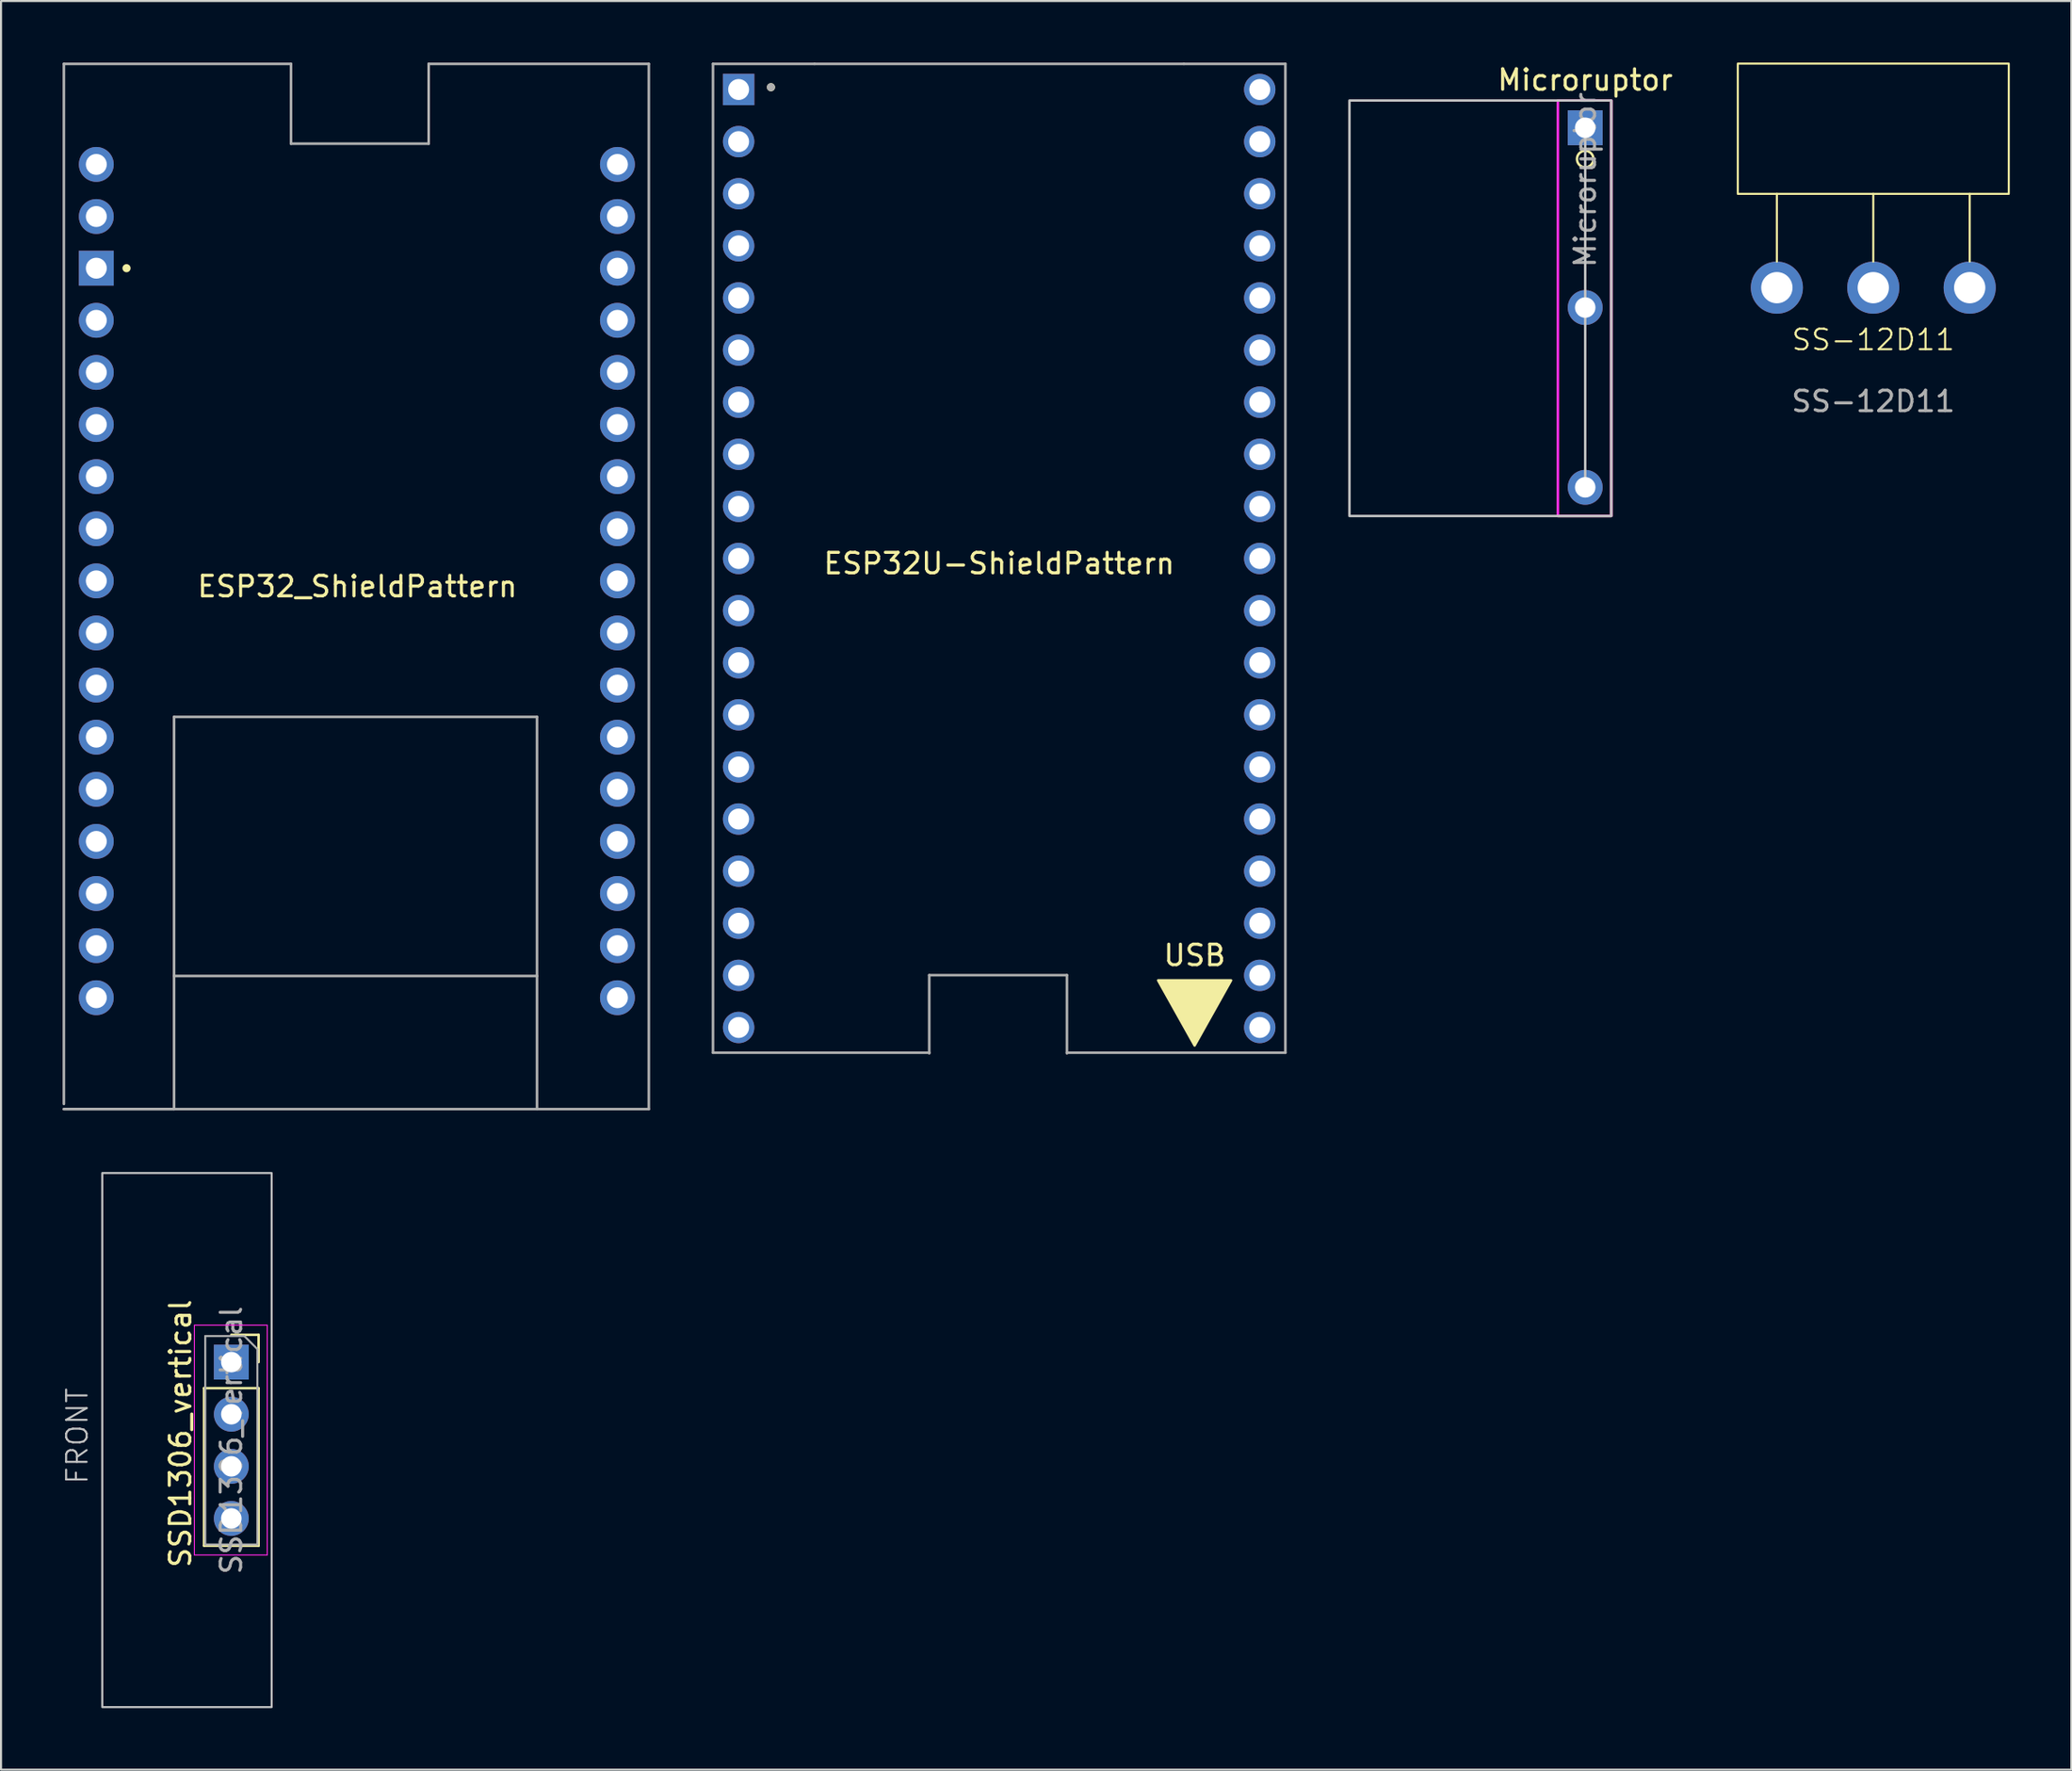
<source format=kicad_pcb>
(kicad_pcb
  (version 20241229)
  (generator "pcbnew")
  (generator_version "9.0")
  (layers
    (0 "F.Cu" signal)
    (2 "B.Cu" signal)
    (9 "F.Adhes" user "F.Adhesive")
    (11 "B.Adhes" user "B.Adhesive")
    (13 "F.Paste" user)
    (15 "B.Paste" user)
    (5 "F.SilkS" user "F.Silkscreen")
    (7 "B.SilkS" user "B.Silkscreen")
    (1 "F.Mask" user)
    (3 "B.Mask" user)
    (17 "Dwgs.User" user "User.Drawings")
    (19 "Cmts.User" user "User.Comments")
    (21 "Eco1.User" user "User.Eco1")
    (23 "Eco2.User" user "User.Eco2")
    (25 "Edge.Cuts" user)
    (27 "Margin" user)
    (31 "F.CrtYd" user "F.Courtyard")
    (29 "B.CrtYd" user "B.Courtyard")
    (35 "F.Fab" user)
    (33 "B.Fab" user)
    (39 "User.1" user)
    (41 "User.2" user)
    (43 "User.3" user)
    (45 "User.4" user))
  (footprint "ESP32_ShieldPattern"
    (layer "F.Cu")
    (at 14.344 25.538)
    (property "Reference" "ESP32_ShieldPattern" (at 0.025 0 0) (layer "F.SilkS") (effects (font (size 1 1) (thickness 0.15))))
    (attr through_hole)
    (fp_circle (center -11.227 -15.515) (end -11.127 -15.515) (stroke (width 0.2) (type solid)) (fill no) (layer "F.SilkS"))
    (fp_line (start -14.28 -25.475) (end -3.211 -25.475) (stroke (width 0.127) (type solid)) (layer "F.Fab"))
    (fp_line (start -14.28 25.221) (end -14.28 -25.475) (stroke (width 0.127) (type solid)) (layer "F.Fab"))
    (fp_line (start -14.28 25.475) (end -8.91 25.475) (stroke (width 0.127) (type solid)) (layer "F.Fab"))
    (fp_line (start -8.91 6.355) (end 8.78 6.355) (stroke (width 0.127) (type solid)) (layer "F.Fab"))
    (fp_line (start -8.91 18.985) (end -8.91 6.355) (stroke (width 0.127) (type solid)) (layer "F.Fab"))
    (fp_line (start -8.91 18.985) (end 8.78 18.985) (stroke (width 0.127) (type solid)) (layer "F.Fab"))
    (fp_line (start -8.91 25.475) (end -8.91 18.985) (stroke (width 0.127) (type solid)) (layer "F.Fab"))
    (fp_line (start -3.211 -21.585) (end -3.211 -25.475) (stroke (width 0.127) (type solid)) (layer "F.Fab"))
    (fp_line (start 3.5 -25.475) (end 3.5 -21.585) (stroke (width 0.127) (type solid)) (layer "F.Fab"))
    (fp_line (start 3.5 -25.475) (end 14.23 -25.475) (stroke (width 0.127) (type solid)) (layer "F.Fab"))
    (fp_line (start 3.5 -21.585) (end -3.211 -21.585) (stroke (width 0.127) (type solid)) (layer "F.Fab"))
    (fp_line (start 8.78 6.355) (end 8.78 18.985) (stroke (width 0.127) (type solid)) (layer "F.Fab"))
    (fp_line (start 8.78 18.985) (end 8.78 25.475) (stroke (width 0.127) (type solid)) (layer "F.Fab"))
    (fp_line (start 14.23 -25.475) (end 14.23 25.475) (stroke (width 0.127) (type solid)) (layer "F.Fab"))
    (fp_line (start 14.23 25.475) (end -14.28 25.475) (stroke (width 0.127) (type solid)) (layer "F.Fab"))
    (pad "1" thru_hole rect (at -12.7 -15.515) (size 1.7 1.7) (drill 1.02) (layers "*.Cu" "*.Mask"))
    (pad "2" thru_hole circle (at -12.7 -12.975) (size 1.7 1.7) (drill 1.02) (layers "*.Cu" "*.Mask"))
    (pad "3" thru_hole circle (at -12.7 -10.435) (size 1.7 1.7) (drill 1.02) (layers "*.Cu" "*.Mask"))
    (pad "4" thru_hole circle (at -12.7 -7.895) (size 1.7 1.7) (drill 1.02) (layers "*.Cu" "*.Mask"))
    (pad "5" thru_hole circle (at -12.7 -5.355) (size 1.7 1.7) (drill 1.02) (layers "*.Cu" "*.Mask"))
    (pad "6" thru_hole circle (at -12.7 -2.815) (size 1.7 1.7) (drill 1.02) (layers "*.Cu" "*.Mask"))
    (pad "7" thru_hole circle (at -12.7 -0.275) (size 1.7 1.7) (drill 1.02) (layers "*.Cu" "*.Mask"))
    (pad "8" thru_hole circle (at -12.7 2.265) (size 1.7 1.7) (drill 1.02) (layers "*.Cu" "*.Mask"))
    (pad "9" thru_hole circle (at -12.7 4.805) (size 1.7 1.7) (drill 1.02) (layers "*.Cu" "*.Mask"))
    (pad "10" thru_hole circle (at -12.7 7.345) (size 1.7 1.7) (drill 1.02) (layers "*.Cu" "*.Mask"))
    (pad "11" thru_hole circle (at -12.7 9.885) (size 1.7 1.7) (drill 1.02) (layers "*.Cu" "*.Mask"))
    (pad "12" thru_hole circle (at -12.7 12.425) (size 1.7 1.7) (drill 1.02) (layers "*.Cu" "*.Mask"))
    (pad "13" thru_hole circle (at -12.7 14.965) (size 1.7 1.7) (drill 1.02) (layers "*.Cu" "*.Mask"))
    (pad "14" thru_hole circle (at -12.7 17.505) (size 1.7 1.7) (drill 1.02) (layers "*.Cu" "*.Mask"))
    (pad "15" thru_hole circle (at -12.7 20.045) (size 1.7 1.7) (drill 1.02) (layers "*.Cu" "*.Mask"))
    (pad "16" thru_hole circle (at 12.7 20.045) (size 1.7 1.7) (drill 1.02) (layers "*.Cu" "*.Mask"))
    (pad "17" thru_hole circle (at 12.7 17.505) (size 1.7 1.7) (drill 1.02) (layers "*.Cu" "*.Mask"))
    (pad "18" thru_hole circle (at 12.7 14.965) (size 1.7 1.7) (drill 1.02) (layers "*.Cu" "*.Mask"))
    (pad "19" thru_hole circle (at 12.7 12.425) (size 1.7 1.7) (drill 1.02) (layers "*.Cu" "*.Mask"))
    (pad "20" thru_hole circle (at 12.7 9.885) (size 1.7 1.7) (drill 1.02) (layers "*.Cu" "*.Mask"))
    (pad "21" thru_hole circle (at 12.7 7.345) (size 1.7 1.7) (drill 1.02) (layers "*.Cu" "*.Mask"))
    (pad "22" thru_hole circle (at 12.7 4.805) (size 1.7 1.7) (drill 1.02) (layers "*.Cu" "*.Mask"))
    (pad "23" thru_hole circle (at 12.7 2.265) (size 1.7 1.7) (drill 1.02) (layers "*.Cu" "*.Mask"))
    (pad "24" thru_hole circle (at 12.7 -0.275) (size 1.7 1.7) (drill 1.02) (layers "*.Cu" "*.Mask"))
    (pad "25" thru_hole circle (at 12.7 -2.815) (size 1.7 1.7) (drill 1.02) (layers "*.Cu" "*.Mask"))
    (pad "26" thru_hole circle (at 12.7 -5.355) (size 1.7 1.7) (drill 1.02) (layers "*.Cu" "*.Mask"))
    (pad "27" thru_hole circle (at 12.7 -7.895) (size 1.7 1.7) (drill 1.02) (layers "*.Cu" "*.Mask"))
    (pad "28" thru_hole circle (at 12.7 -10.435) (size 1.7 1.7) (drill 1.02) (layers "*.Cu" "*.Mask"))
    (pad "29" thru_hole circle (at 12.7 -12.975) (size 1.7 1.7) (drill 1.02) (layers "*.Cu" "*.Mask"))
    (pad "30" thru_hole circle (at 12.7 -15.515) (size 1.7 1.7) (drill 1.02) (layers "*.Cu" "*.Mask"))
    (pad "SH1" thru_hole circle (at 12.7 -18.034) (size 1.7 1.7) (drill 1.02) (layers "*.Cu" "*.Mask"))
    (pad "SH2" thru_hole circle (at 12.7 -20.574) (size 1.7 1.7) (drill 1.02) (layers "*.Cu" "*.Mask"))
    (pad "SH3" thru_hole circle (at -12.7 -18.034) (size 1.7 1.7) (drill 1.02) (layers "*.Cu" "*.Mask"))
    (pad "SH4" thru_hole circle (at -12.7 -20.574) (size 1.7 1.7) (drill 1.02) (layers "*.Cu" "*.Mask")))
  (footprint "SSD1306_vertical"
    (layer "F.Cu")
    (at 3.205 61.747)
    (property "Reference" "SSD1306_vertical" (at 2.54 5.08 90) (layer "F.SilkS") (effects (font (size 1 1) (thickness 0.15))))
    (attr through_hole)
    (fp_line (start 3.69 2.868) (end 3.69 10.547) (stroke (width 0.12) (type solid)) (layer "F.SilkS"))
    (fp_line (start 3.69 2.868) (end 6.35 2.868) (stroke (width 0.12) (type solid)) (layer "F.SilkS"))
    (fp_line (start 3.69 10.547) (end 6.35 10.547) (stroke (width 0.12) (type solid)) (layer "F.SilkS"))
    (fp_line (start 5.02 0.268) (end 6.35 0.268) (stroke (width 0.12) (type solid)) (layer "F.SilkS"))
    (fp_line (start 6.35 0.268) (end 6.35 1.597) (stroke (width 0.12) (type solid)) (layer "F.SilkS"))
    (fp_line (start 6.35 2.868) (end 6.35 10.547) (stroke (width 0.12) (type solid)) (layer "F.SilkS"))
    (fp_rect (start -1.27 -7.62) (end 6.985 18.415) (stroke (width 0.1) (type default)) (fill no) (layer "Dwgs.User"))
    (fp_line (start 3.22 -0.203) (end 6.77 -0.203) (stroke (width 0.05) (type solid)) (layer "F.CrtYd"))
    (fp_line (start 3.22 10.998) (end 3.22 -0.203) (stroke (width 0.05) (type solid)) (layer "F.CrtYd"))
    (fp_line (start 6.77 -0.203) (end 6.77 10.998) (stroke (width 0.05) (type solid)) (layer "F.CrtYd"))
    (fp_line (start 6.77 10.998) (end 3.22 10.998) (stroke (width 0.05) (type solid)) (layer "F.CrtYd"))
    (fp_line (start 3.75 0.328) (end 5.655 0.328) (stroke (width 0.1) (type solid)) (layer "F.Fab"))
    (fp_line (start 3.75 10.488) (end 3.75 0.328) (stroke (width 0.1) (type solid)) (layer "F.Fab"))
    (fp_line (start 5.655 0.328) (end 6.29 0.963) (stroke (width 0.1) (type solid)) (layer "F.Fab"))
    (fp_line (start 6.29 0.963) (end 6.29 10.488) (stroke (width 0.1) (type solid)) (layer "F.Fab"))
    (fp_line (start 6.29 10.488) (end 3.75 10.488) (stroke (width 0.1) (type solid)) (layer "F.Fab"))
    (fp_text user "FRONT" (at -1.905 7.62 90) (unlocked yes) (layer "Dwgs.User") (effects (font (size 1 1) (thickness 0.1)) (justify left bottom)))
    (fp_text user "${REFERENCE}" (at 5.02 5.407 90) (layer "F.Fab") (effects (font (size 1 1) (thickness 0.15))))
    (pad "1" thru_hole rect (at 5.02 1.597) (size 1.7 1.7) (drill 1) (layers "*.Cu" "*.Mask"))
    (pad "2" thru_hole oval (at 5.02 4.138) (size 1.7 1.7) (drill 1) (layers "*.Cu" "*.Mask"))
    (pad "3" thru_hole oval (at 5.02 6.678) (size 1.7 1.7) (drill 1) (layers "*.Cu" "*.Mask"))
    (pad "4" thru_hole oval (at 5.02 9.217) (size 1.7 1.7) (drill 1) (layers "*.Cu" "*.Mask")))
  (footprint "SS-12D11"
    (layer "F.Cu")
    (at 88.255 10.972)
    (property "Reference" "SS-12D11" (at 0 2.54 0) (unlocked yes) (layer "F.SilkS") (effects (font (size 1 1) (thickness 0.1))))
    (attr through_hole)
    (fp_line (start -4.699 -1.27) (end -4.699 -4.572) (stroke (width 0.1) (type default)) (layer "F.SilkS"))
    (fp_line (start 0 -1.27) (end 0 -4.572) (stroke (width 0.1) (type default)) (layer "F.SilkS"))
    (fp_line (start 4.699 -1.27) (end 4.699 -4.572) (stroke (width 0.1) (type default)) (layer "F.SilkS"))
    (fp_rect (start -6.604 -10.922) (end 6.604 -4.572) (stroke (width 0.1) (type default)) (fill no) (layer "F.SilkS"))
    (fp_text user "${REFERENCE}" (at 0 5.54 0) (unlocked yes) (layer "F.Fab") (effects (font (size 1 1) (thickness 0.15))))
    (pad "1" thru_hole circle (at -4.699 0) (size 2.54 2.54) (drill 1.524) (layers "*.Cu" "*.Mask"))
    (pad "2" thru_hole circle (at 0 0) (size 2.54 2.54) (drill 1.524) (layers "*.Cu" "*.Mask"))
    (pad "3" thru_hole circle (at 4.699 0) (size 2.54 2.54) (drill 1.524) (layers "*.Cu" "*.Mask")))
  (footprint "Microruptor"
    (layer "F.Cu")
    (at 74.214 3.178)
    (property "Reference" "Microruptor" (at 0 -2.33 0) (layer "F.SilkS") (effects (font (size 1 1) (thickness 0.15))))
    (attr through_hole)
    (fp_rect (start -1.33 -1.33) (end 1.27 18.923) (stroke (width 0.12) (type default)) (fill no) (layer "F.SilkS"))
    (fp_circle (center 0 1.524) (end 0.127 1.905) (stroke (width 0.12) (type default)) (fill no) (layer "F.SilkS"))
    (fp_line (start 0 0) (end 0 8.763) (stroke (width 0.12) (type default)) (layer "Dwgs.User"))
    (fp_line (start 0 8.763) (end 0 17.526) (stroke (width 0.12) (type default)) (layer "Dwgs.User"))
    (fp_rect (start -11.49 -1.33) (end 1.27 18.923) (stroke (width 0.12) (type default)) (fill no) (layer "Dwgs.User"))
    (fp_rect (start -1.33 -1.33) (end 1.27 18.923) (stroke (width 0.12) (type default)) (fill no) (layer "F.CrtYd"))
    (fp_text user "${REFERENCE}" (at 0 2.54 90) (layer "F.Fab") (effects (font (size 1 1) (thickness 0.15))))
    (pad "1" thru_hole rect (at 0 0) (size 1.7 1.7) (drill 1) (layers "*.Cu" "*.Mask"))
    (pad "2" thru_hole oval (at 0 8.763) (size 1.7 1.7) (drill 1) (layers "*.Cu" "*.Mask"))
    (pad "3" thru_hole oval (at 0 17.526) (size 1.7 1.7) (drill 1) (layers "*.Cu" "*.Mask")))
  (footprint "ESP32U-ShieldPattern"
    (layer "F.Cu")
    (at 45.651 24.163)
    (property "Reference" "ESP32U-ShieldPattern" (at 0 0.254 0) (layer "F.SilkS") (effects (font (size 1 1) (thickness 0.15))))
    (attr through_hole)
    (fp_circle (center -11.125 -22.962) (end -11.025 -22.962) (stroke (width 0.2) (type solid)) (fill no) (layer "F.SilkS"))
    (fp_poly (pts (xy 7.747 20.574) (xy 11.303 20.574) (xy 9.525 23.749)) (stroke (width 0.12) (type solid)) (fill yes) (layer "F.SilkS"))
    (fp_line (start -13.95 -24.1) (end -13.95 24.1) (stroke (width 0.127) (type solid)) (layer "F.Fab"))
    (fp_line (start -13.95 24.1) (end -3.404 24.1) (stroke (width 0.127) (type solid)) (layer "F.Fab"))
    (fp_line (start -9 -24.1) (end -13.95 -24.1) (stroke (width 0.127) (type solid)) (layer "F.Fab"))
    (fp_line (start -3.409 20.32) (end 3.302 20.32) (stroke (width 0.127) (type solid)) (layer "F.Fab"))
    (fp_line (start -3.409 24.13) (end -3.409 20.32) (stroke (width 0.127) (type solid)) (layer "F.Fab"))
    (fp_line (start 3.302 20.32) (end 3.302 24.13) (stroke (width 0.127) (type solid)) (layer "F.Fab"))
    (fp_line (start 3.302 24.1) (end 13.95 24.1) (stroke (width 0.127) (type solid)) (layer "F.Fab"))
    (fp_line (start 9 -24.1) (end -9 -24.1) (stroke (width 0.127) (type solid)) (layer "F.Fab"))
    (fp_line (start 13.95 -24.1) (end 9 -24.1) (stroke (width 0.127) (type solid)) (layer "F.Fab"))
    (fp_line (start 13.95 24.1) (end 13.95 -24.1) (stroke (width 0.127) (type solid)) (layer "F.Fab"))
    (fp_circle (center -11.125 -22.962) (end -11.025 -22.962) (stroke (width 0.2) (type solid)) (fill no) (layer "F.Fab"))
    (fp_text user "USB" (at 9.525 19.939 0) (unlocked yes) (layer "F.SilkS") (effects (font (size 1 1) (thickness 0.15)) (justify bottom)))
    (pad "1" thru_hole rect (at -12.7 -22.85) (size 1.53 1.53) (drill 1.02) (layers "*.Cu" "*.Mask"))
    (pad "2" thru_hole circle (at -12.7 -20.31) (size 1.53 1.53) (drill 1.02) (layers "*.Cu" "*.Mask"))
    (pad "3" thru_hole circle (at -12.7 -17.77) (size 1.53 1.53) (drill 1.02) (layers "*.Cu" "*.Mask"))
    (pad "4" thru_hole circle (at -12.7 -15.23) (size 1.53 1.53) (drill 1.02) (layers "*.Cu" "*.Mask"))
    (pad "5" thru_hole circle (at -12.7 -12.69) (size 1.53 1.53) (drill 1.02) (layers "*.Cu" "*.Mask"))
    (pad "6" thru_hole circle (at -12.7 -10.15) (size 1.53 1.53) (drill 1.02) (layers "*.Cu" "*.Mask"))
    (pad "7" thru_hole circle (at -12.7 -7.61) (size 1.53 1.53) (drill 1.02) (layers "*.Cu" "*.Mask"))
    (pad "8" thru_hole circle (at -12.7 -5.07) (size 1.53 1.53) (drill 1.02) (layers "*.Cu" "*.Mask"))
    (pad "9" thru_hole circle (at -12.7 -2.53) (size 1.53 1.53) (drill 1.02) (layers "*.Cu" "*.Mask"))
    (pad "10" thru_hole circle (at -12.7 0.01) (size 1.53 1.53) (drill 1.02) (layers "*.Cu" "*.Mask"))
    (pad "11" thru_hole circle (at -12.7 2.55) (size 1.53 1.53) (drill 1.02) (layers "*.Cu" "*.Mask"))
    (pad "12" thru_hole circle (at -12.7 5.09) (size 1.53 1.53) (drill 1.02) (layers "*.Cu" "*.Mask"))
    (pad "13" thru_hole circle (at -12.7 7.63) (size 1.53 1.53) (drill 1.02) (layers "*.Cu" "*.Mask"))
    (pad "14" thru_hole circle (at -12.7 10.17) (size 1.53 1.53) (drill 1.02) (layers "*.Cu" "*.Mask"))
    (pad "15" thru_hole circle (at -12.7 12.71) (size 1.53 1.53) (drill 1.02) (layers "*.Cu" "*.Mask"))
    (pad "16" thru_hole circle (at -12.7 15.25) (size 1.53 1.53) (drill 1.02) (layers "*.Cu" "*.Mask"))
    (pad "17" thru_hole circle (at -12.7 17.79) (size 1.53 1.53) (drill 1.02) (layers "*.Cu" "*.Mask"))
    (pad "18" thru_hole circle (at -12.7 20.33) (size 1.53 1.53) (drill 1.02) (layers "*.Cu" "*.Mask"))
    (pad "19" thru_hole circle (at -12.7 22.87) (size 1.53 1.53) (drill 1.02) (layers "*.Cu" "*.Mask"))
    (pad "20" thru_hole circle (at 12.7 22.87) (size 1.53 1.53) (drill 1.02) (layers "*.Cu" "*.Mask"))
    (pad "21" thru_hole circle (at 12.7 20.33) (size 1.53 1.53) (drill 1.02) (layers "*.Cu" "*.Mask"))
    (pad "22" thru_hole circle (at 12.7 17.79) (size 1.53 1.53) (drill 1.02) (layers "*.Cu" "*.Mask"))
    (pad "23" thru_hole circle (at 12.7 15.25) (size 1.53 1.53) (drill 1.02) (layers "*.Cu" "*.Mask"))
    (pad "24" thru_hole circle (at 12.7 12.71) (size 1.53 1.53) (drill 1.02) (layers "*.Cu" "*.Mask"))
    (pad "25" thru_hole circle (at 12.7 10.17) (size 1.53 1.53) (drill 1.02) (layers "*.Cu" "*.Mask"))
    (pad "26" thru_hole circle (at 12.7 7.63) (size 1.53 1.53) (drill 1.02) (layers "*.Cu" "*.Mask"))
    (pad "27" thru_hole circle (at 12.7 5.09) (size 1.53 1.53) (drill 1.02) (layers "*.Cu" "*.Mask"))
    (pad "28" thru_hole circle (at 12.7 2.55) (size 1.53 1.53) (drill 1.02) (layers "*.Cu" "*.Mask"))
    (pad "29" thru_hole circle (at 12.7 0.01) (size 1.53 1.53) (drill 1.02) (layers "*.Cu" "*.Mask"))
    (pad "30" thru_hole circle (at 12.7 -2.53) (size 1.53 1.53) (drill 1.02) (layers "*.Cu" "*.Mask"))
    (pad "31" thru_hole circle (at 12.7 -5.07) (size 1.53 1.53) (drill 1.02) (layers "*.Cu" "*.Mask"))
    (pad "32" thru_hole circle (at 12.7 -7.61) (size 1.53 1.53) (drill 1.02) (layers "*.Cu" "*.Mask"))
    (pad "33" thru_hole circle (at 12.7 -10.15) (size 1.53 1.53) (drill 1.02) (layers "*.Cu" "*.Mask"))
    (pad "34" thru_hole circle (at 12.7 -12.69) (size 1.53 1.53) (drill 1.02) (layers "*.Cu" "*.Mask"))
    (pad "35" thru_hole circle (at 12.7 -15.23) (size 1.53 1.53) (drill 1.02) (layers "*.Cu" "*.Mask"))
    (pad "36" thru_hole circle (at 12.7 -17.77) (size 1.53 1.53) (drill 1.02) (layers "*.Cu" "*.Mask"))
    (pad "37" thru_hole circle (at 12.7 -20.31) (size 1.53 1.53) (drill 1.02) (layers "*.Cu" "*.Mask"))
    (pad "38" thru_hole circle (at 12.7 -22.85) (size 1.53 1.53) (drill 1.02) (layers "*.Cu" "*.Mask")))
  (gr_rect
    (start -3 -3)
    (end 97.909 83.212)
    (stroke (width 0.1) (type default))
    (fill no)
    (layer "Edge.Cuts")))
</source>
